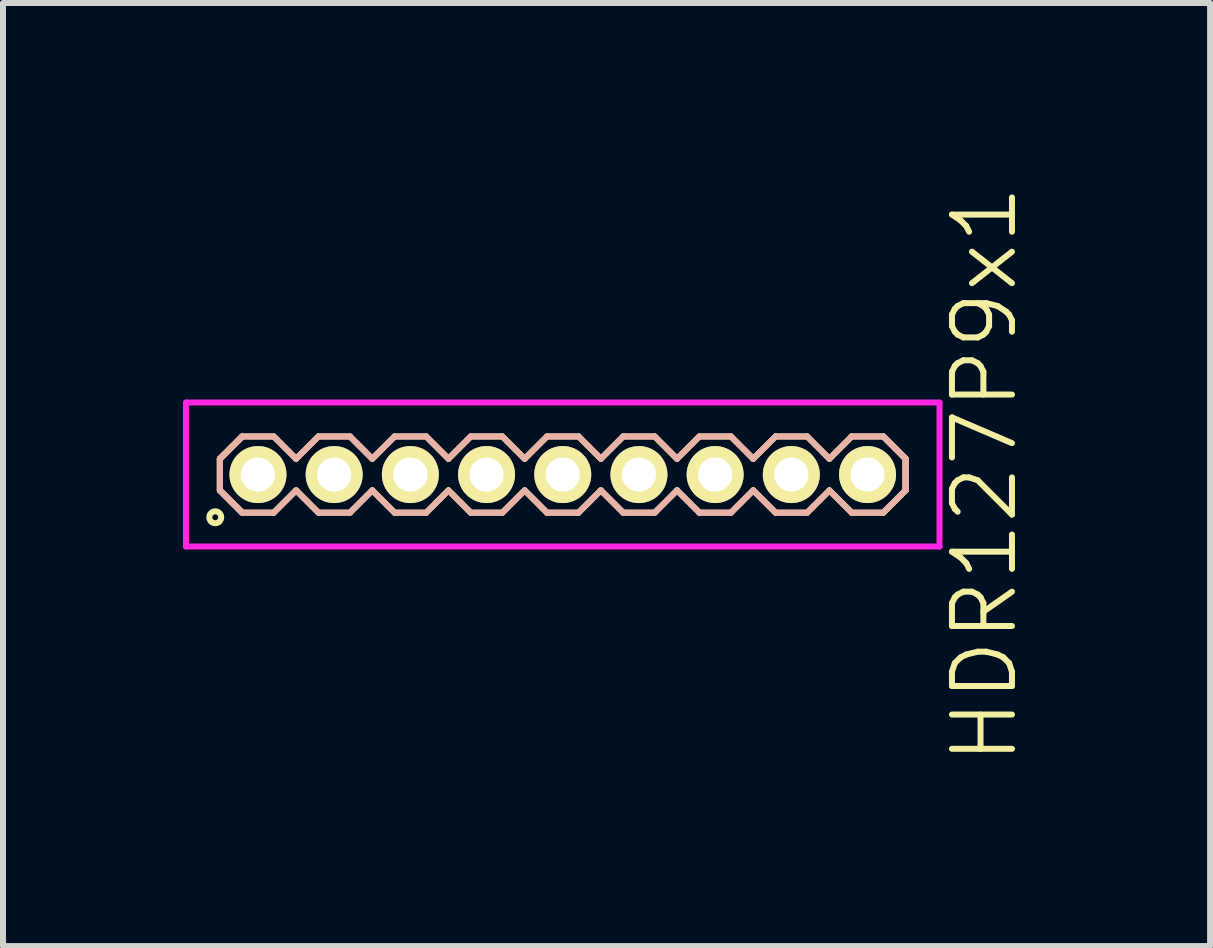
<source format=kicad_pcb>
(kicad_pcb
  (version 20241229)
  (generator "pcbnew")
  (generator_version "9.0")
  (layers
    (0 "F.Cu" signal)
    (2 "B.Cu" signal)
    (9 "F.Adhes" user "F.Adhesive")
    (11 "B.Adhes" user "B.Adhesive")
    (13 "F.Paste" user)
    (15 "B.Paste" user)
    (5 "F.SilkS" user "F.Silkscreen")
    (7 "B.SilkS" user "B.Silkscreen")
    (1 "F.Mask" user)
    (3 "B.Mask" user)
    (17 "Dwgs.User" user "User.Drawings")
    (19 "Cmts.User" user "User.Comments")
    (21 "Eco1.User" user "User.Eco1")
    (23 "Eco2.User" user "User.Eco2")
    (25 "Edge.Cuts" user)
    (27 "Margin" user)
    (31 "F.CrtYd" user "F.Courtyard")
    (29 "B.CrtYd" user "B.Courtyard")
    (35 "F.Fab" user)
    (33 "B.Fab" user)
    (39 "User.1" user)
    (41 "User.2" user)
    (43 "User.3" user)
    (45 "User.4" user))
  (footprint "HDR127P9x1"
    (layer "F.Cu")
    (at 6.33 4.86)
    (property "Reference" "HDR127P9x1" (at 7.03 0 90) (layer "F.SilkS") (effects (font (size 1 1) (thickness 0.1))))
    (attr through_hole)
    (fp_line (start -5.715 -0.263) (end -5.343 -0.635) (stroke (width 0.1) (type solid)) (layer "F.SilkS"))
    (fp_line (start -5.715 -0.263) (end -5.343 -0.635) (stroke (width 0.1) (type solid)) (layer "F.SilkS"))
    (fp_line (start -5.715 0.263) (end -5.715 -0.263) (stroke (width 0.1) (type solid)) (layer "F.SilkS"))
    (fp_line (start -5.715 0.263) (end -5.715 -0.263) (stroke (width 0.1) (type solid)) (layer "F.SilkS"))
    (fp_line (start -5.343 -0.635) (end -4.817 -0.635) (stroke (width 0.1) (type solid)) (layer "F.SilkS"))
    (fp_line (start -5.343 0.635) (end -5.715 0.263) (stroke (width 0.1) (type solid)) (layer "F.SilkS"))
    (fp_line (start -5.343 0.635) (end -5.715 0.263) (stroke (width 0.1) (type solid)) (layer "F.SilkS"))
    (fp_line (start -4.817 -0.635) (end -4.445 -0.263) (stroke (width 0.1) (type solid)) (layer "F.SilkS"))
    (fp_line (start -4.817 0.635) (end -5.343 0.635) (stroke (width 0.1) (type solid)) (layer "F.SilkS"))
    (fp_line (start -4.445 -0.263) (end -4.073 -0.635) (stroke (width 0.1) (type solid)) (layer "F.SilkS"))
    (fp_line (start -4.445 0.263) (end -4.817 0.635) (stroke (width 0.1) (type solid)) (layer "F.SilkS"))
    (fp_line (start -4.073 -0.635) (end -3.547 -0.635) (stroke (width 0.1) (type solid)) (layer "F.SilkS"))
    (fp_line (start -4.073 0.635) (end -4.445 0.263) (stroke (width 0.1) (type solid)) (layer "F.SilkS"))
    (fp_line (start -3.547 -0.635) (end -3.175 -0.263) (stroke (width 0.1) (type solid)) (layer "F.SilkS"))
    (fp_line (start -3.547 0.635) (end -4.073 0.635) (stroke (width 0.1) (type solid)) (layer "F.SilkS"))
    (fp_line (start -3.175 -0.263) (end -2.803 -0.635) (stroke (width 0.1) (type solid)) (layer "F.SilkS"))
    (fp_line (start -3.175 0.263) (end -3.547 0.635) (stroke (width 0.1) (type solid)) (layer "F.SilkS"))
    (fp_line (start -2.803 -0.635) (end -2.277 -0.635) (stroke (width 0.1) (type solid)) (layer "F.SilkS"))
    (fp_line (start -2.803 0.635) (end -3.175 0.263) (stroke (width 0.1) (type solid)) (layer "F.SilkS"))
    (fp_line (start -2.277 -0.635) (end -1.905 -0.263) (stroke (width 0.1) (type solid)) (layer "F.SilkS"))
    (fp_line (start -2.277 0.635) (end -2.803 0.635) (stroke (width 0.1) (type solid)) (layer "F.SilkS"))
    (fp_line (start -1.905 -0.263) (end -1.533 -0.635) (stroke (width 0.1) (type solid)) (layer "F.SilkS"))
    (fp_line (start -1.905 0.263) (end -2.277 0.635) (stroke (width 0.1) (type solid)) (layer "F.SilkS"))
    (fp_line (start -1.533 -0.635) (end -1.007 -0.635) (stroke (width 0.1) (type solid)) (layer "F.SilkS"))
    (fp_line (start -1.533 0.635) (end -1.905 0.263) (stroke (width 0.1) (type solid)) (layer "F.SilkS"))
    (fp_line (start -1.007 -0.635) (end -0.635 -0.263) (stroke (width 0.1) (type solid)) (layer "F.SilkS"))
    (fp_line (start -1.007 0.635) (end -1.533 0.635) (stroke (width 0.1) (type solid)) (layer "F.SilkS"))
    (fp_line (start -0.635 -0.263) (end -0.263 -0.635) (stroke (width 0.1) (type solid)) (layer "F.SilkS"))
    (fp_line (start -0.635 0.263) (end -1.007 0.635) (stroke (width 0.1) (type solid)) (layer "F.SilkS"))
    (fp_line (start -0.263 -0.635) (end 0.263 -0.635) (stroke (width 0.1) (type solid)) (layer "F.SilkS"))
    (fp_line (start -0.263 0.635) (end -0.635 0.263) (stroke (width 0.1) (type solid)) (layer "F.SilkS"))
    (fp_line (start 0.263 -0.635) (end 0.635 -0.263) (stroke (width 0.1) (type solid)) (layer "F.SilkS"))
    (fp_line (start 0.263 0.635) (end -0.263 0.635) (stroke (width 0.1) (type solid)) (layer "F.SilkS"))
    (fp_line (start 0.635 -0.263) (end 1.007 -0.635) (stroke (width 0.1) (type solid)) (layer "F.SilkS"))
    (fp_line (start 0.635 0.263) (end 0.263 0.635) (stroke (width 0.1) (type solid)) (layer "F.SilkS"))
    (fp_line (start 1.007 -0.635) (end 1.533 -0.635) (stroke (width 0.1) (type solid)) (layer "F.SilkS"))
    (fp_line (start 1.007 0.635) (end 0.635 0.263) (stroke (width 0.1) (type solid)) (layer "F.SilkS"))
    (fp_line (start 1.533 -0.635) (end 1.905 -0.263) (stroke (width 0.1) (type solid)) (layer "F.SilkS"))
    (fp_line (start 1.533 0.635) (end 1.007 0.635) (stroke (width 0.1) (type solid)) (layer "F.SilkS"))
    (fp_line (start 1.905 -0.263) (end 2.277 -0.635) (stroke (width 0.1) (type solid)) (layer "F.SilkS"))
    (fp_line (start 1.905 0.263) (end 1.533 0.635) (stroke (width 0.1) (type solid)) (layer "F.SilkS"))
    (fp_line (start 2.277 -0.635) (end 2.803 -0.635) (stroke (width 0.1) (type solid)) (layer "F.SilkS"))
    (fp_line (start 2.277 0.635) (end 1.905 0.263) (stroke (width 0.1) (type solid)) (layer "F.SilkS"))
    (fp_line (start 2.803 -0.635) (end 3.175 -0.263) (stroke (width 0.1) (type solid)) (layer "F.SilkS"))
    (fp_line (start 2.803 0.635) (end 2.277 0.635) (stroke (width 0.1) (type solid)) (layer "F.SilkS"))
    (fp_line (start 3.175 -0.263) (end 3.547 -0.635) (stroke (width 0.1) (type solid)) (layer "F.SilkS"))
    (fp_line (start 3.175 0.263) (end 2.803 0.635) (stroke (width 0.1) (type solid)) (layer "F.SilkS"))
    (fp_line (start 3.547 -0.635) (end 4.073 -0.635) (stroke (width 0.1) (type solid)) (layer "F.SilkS"))
    (fp_line (start 3.547 0.635) (end 3.175 0.263) (stroke (width 0.1) (type solid)) (layer "F.SilkS"))
    (fp_line (start 4.073 -0.635) (end 4.445 -0.263) (stroke (width 0.1) (type solid)) (layer "F.SilkS"))
    (fp_line (start 4.073 0.635) (end 3.547 0.635) (stroke (width 0.1) (type solid)) (layer "F.SilkS"))
    (fp_line (start 4.445 -0.263) (end 4.817 -0.635) (stroke (width 0.1) (type solid)) (layer "F.SilkS"))
    (fp_line (start 4.445 0.263) (end 4.073 0.635) (stroke (width 0.1) (type solid)) (layer "F.SilkS"))
    (fp_line (start 4.817 -0.635) (end 5.343 -0.635) (stroke (width 0.1) (type solid)) (layer "F.SilkS"))
    (fp_line (start 4.817 0.635) (end 4.445 0.263) (stroke (width 0.1) (type solid)) (layer "F.SilkS"))
    (fp_line (start 5.343 -0.635) (end 5.715 -0.263) (stroke (width 0.1) (type solid)) (layer "F.SilkS"))
    (fp_line (start 5.343 -0.635) (end 5.715 -0.263) (stroke (width 0.1) (type solid)) (layer "F.SilkS"))
    (fp_line (start 5.343 0.635) (end 4.817 0.635) (stroke (width 0.1) (type solid)) (layer "F.SilkS"))
    (fp_line (start 5.715 -0.263) (end 5.715 0.263) (stroke (width 0.1) (type solid)) (layer "F.SilkS"))
    (fp_line (start 5.715 -0.263) (end 5.715 0.263) (stroke (width 0.1) (type solid)) (layer "F.SilkS"))
    (fp_line (start 5.715 0.263) (end 5.343 0.635) (stroke (width 0.1) (type solid)) (layer "F.SilkS"))
    (fp_line (start 5.715 0.263) (end 5.343 0.635) (stroke (width 0.1) (type solid)) (layer "F.SilkS"))
    (fp_circle (center -5.792 0.712) (end -5.693 0.712) (stroke (width 0.1) (type solid)) (fill no) (layer "F.SilkS"))
    (fp_line (start -5.715 -0.263) (end -5.343 -0.635) (stroke (width 0.1) (type solid)) (layer "B.SilkS"))
    (fp_line (start -5.715 -0.263) (end -5.343 -0.635) (stroke (width 0.1) (type solid)) (layer "B.SilkS"))
    (fp_line (start -5.715 0.263) (end -5.715 -0.263) (stroke (width 0.1) (type solid)) (layer "B.SilkS"))
    (fp_line (start -5.715 0.263) (end -5.715 -0.263) (stroke (width 0.1) (type solid)) (layer "B.SilkS"))
    (fp_line (start -5.343 -0.635) (end -4.817 -0.635) (stroke (width 0.1) (type solid)) (layer "B.SilkS"))
    (fp_line (start -5.343 0.635) (end -5.715 0.263) (stroke (width 0.1) (type solid)) (layer "B.SilkS"))
    (fp_line (start -5.343 0.635) (end -5.715 0.263) (stroke (width 0.1) (type solid)) (layer "B.SilkS"))
    (fp_line (start -4.817 -0.635) (end -4.445 -0.263) (stroke (width 0.1) (type solid)) (layer "B.SilkS"))
    (fp_line (start -4.817 0.635) (end -5.343 0.635) (stroke (width 0.1) (type solid)) (layer "B.SilkS"))
    (fp_line (start -4.445 -0.263) (end -4.073 -0.635) (stroke (width 0.1) (type solid)) (layer "B.SilkS"))
    (fp_line (start -4.445 0.263) (end -4.817 0.635) (stroke (width 0.1) (type solid)) (layer "B.SilkS"))
    (fp_line (start -4.073 -0.635) (end -3.547 -0.635) (stroke (width 0.1) (type solid)) (layer "B.SilkS"))
    (fp_line (start -4.073 0.635) (end -4.445 0.263) (stroke (width 0.1) (type solid)) (layer "B.SilkS"))
    (fp_line (start -3.547 -0.635) (end -3.175 -0.263) (stroke (width 0.1) (type solid)) (layer "B.SilkS"))
    (fp_line (start -3.547 0.635) (end -4.073 0.635) (stroke (width 0.1) (type solid)) (layer "B.SilkS"))
    (fp_line (start -3.175 -0.263) (end -2.803 -0.635) (stroke (width 0.1) (type solid)) (layer "B.SilkS"))
    (fp_line (start -3.175 0.263) (end -3.547 0.635) (stroke (width 0.1) (type solid)) (layer "B.SilkS"))
    (fp_line (start -2.803 -0.635) (end -2.277 -0.635) (stroke (width 0.1) (type solid)) (layer "B.SilkS"))
    (fp_line (start -2.803 0.635) (end -3.175 0.263) (stroke (width 0.1) (type solid)) (layer "B.SilkS"))
    (fp_line (start -2.277 -0.635) (end -1.905 -0.263) (stroke (width 0.1) (type solid)) (layer "B.SilkS"))
    (fp_line (start -2.277 0.635) (end -2.803 0.635) (stroke (width 0.1) (type solid)) (layer "B.SilkS"))
    (fp_line (start -1.905 -0.263) (end -1.533 -0.635) (stroke (width 0.1) (type solid)) (layer "B.SilkS"))
    (fp_line (start -1.905 0.263) (end -2.277 0.635) (stroke (width 0.1) (type solid)) (layer "B.SilkS"))
    (fp_line (start -1.533 -0.635) (end -1.007 -0.635) (stroke (width 0.1) (type solid)) (layer "B.SilkS"))
    (fp_line (start -1.533 0.635) (end -1.905 0.263) (stroke (width 0.1) (type solid)) (layer "B.SilkS"))
    (fp_line (start -1.007 -0.635) (end -0.635 -0.263) (stroke (width 0.1) (type solid)) (layer "B.SilkS"))
    (fp_line (start -1.007 0.635) (end -1.533 0.635) (stroke (width 0.1) (type solid)) (layer "B.SilkS"))
    (fp_line (start -0.635 -0.263) (end -0.263 -0.635) (stroke (width 0.1) (type solid)) (layer "B.SilkS"))
    (fp_line (start -0.635 0.263) (end -1.007 0.635) (stroke (width 0.1) (type solid)) (layer "B.SilkS"))
    (fp_line (start -0.263 -0.635) (end 0.263 -0.635) (stroke (width 0.1) (type solid)) (layer "B.SilkS"))
    (fp_line (start -0.263 0.635) (end -0.635 0.263) (stroke (width 0.1) (type solid)) (layer "B.SilkS"))
    (fp_line (start 0.263 -0.635) (end 0.635 -0.263) (stroke (width 0.1) (type solid)) (layer "B.SilkS"))
    (fp_line (start 0.263 0.635) (end -0.263 0.635) (stroke (width 0.1) (type solid)) (layer "B.SilkS"))
    (fp_line (start 0.635 -0.263) (end 1.007 -0.635) (stroke (width 0.1) (type solid)) (layer "B.SilkS"))
    (fp_line (start 0.635 0.263) (end 0.263 0.635) (stroke (width 0.1) (type solid)) (layer "B.SilkS"))
    (fp_line (start 1.007 -0.635) (end 1.533 -0.635) (stroke (width 0.1) (type solid)) (layer "B.SilkS"))
    (fp_line (start 1.007 0.635) (end 0.635 0.263) (stroke (width 0.1) (type solid)) (layer "B.SilkS"))
    (fp_line (start 1.533 -0.635) (end 1.905 -0.263) (stroke (width 0.1) (type solid)) (layer "B.SilkS"))
    (fp_line (start 1.533 0.635) (end 1.007 0.635) (stroke (width 0.1) (type solid)) (layer "B.SilkS"))
    (fp_line (start 1.905 -0.263) (end 2.277 -0.635) (stroke (width 0.1) (type solid)) (layer "B.SilkS"))
    (fp_line (start 1.905 0.263) (end 1.533 0.635) (stroke (width 0.1) (type solid)) (layer "B.SilkS"))
    (fp_line (start 2.277 -0.635) (end 2.803 -0.635) (stroke (width 0.1) (type solid)) (layer "B.SilkS"))
    (fp_line (start 2.277 0.635) (end 1.905 0.263) (stroke (width 0.1) (type solid)) (layer "B.SilkS"))
    (fp_line (start 2.803 -0.635) (end 3.175 -0.263) (stroke (width 0.1) (type solid)) (layer "B.SilkS"))
    (fp_line (start 2.803 0.635) (end 2.277 0.635) (stroke (width 0.1) (type solid)) (layer "B.SilkS"))
    (fp_line (start 3.175 -0.263) (end 3.547 -0.635) (stroke (width 0.1) (type solid)) (layer "B.SilkS"))
    (fp_line (start 3.175 0.263) (end 2.803 0.635) (stroke (width 0.1) (type solid)) (layer "B.SilkS"))
    (fp_line (start 3.547 -0.635) (end 4.073 -0.635) (stroke (width 0.1) (type solid)) (layer "B.SilkS"))
    (fp_line (start 3.547 0.635) (end 3.175 0.263) (stroke (width 0.1) (type solid)) (layer "B.SilkS"))
    (fp_line (start 4.073 -0.635) (end 4.445 -0.263) (stroke (width 0.1) (type solid)) (layer "B.SilkS"))
    (fp_line (start 4.073 0.635) (end 3.547 0.635) (stroke (width 0.1) (type solid)) (layer "B.SilkS"))
    (fp_line (start 4.445 -0.263) (end 4.817 -0.635) (stroke (width 0.1) (type solid)) (layer "B.SilkS"))
    (fp_line (start 4.445 0.263) (end 4.073 0.635) (stroke (width 0.1) (type solid)) (layer "B.SilkS"))
    (fp_line (start 4.817 -0.635) (end 5.343 -0.635) (stroke (width 0.1) (type solid)) (layer "B.SilkS"))
    (fp_line (start 4.817 0.635) (end 4.445 0.263) (stroke (width 0.1) (type solid)) (layer "B.SilkS"))
    (fp_line (start 5.343 -0.635) (end 5.715 -0.263) (stroke (width 0.1) (type solid)) (layer "B.SilkS"))
    (fp_line (start 5.343 -0.635) (end 5.715 -0.263) (stroke (width 0.1) (type solid)) (layer "B.SilkS"))
    (fp_line (start 5.343 0.635) (end 4.817 0.635) (stroke (width 0.1) (type solid)) (layer "B.SilkS"))
    (fp_line (start 5.715 -0.263) (end 5.715 0.263) (stroke (width 0.1) (type solid)) (layer "B.SilkS"))
    (fp_line (start 5.715 -0.263) (end 5.715 0.263) (stroke (width 0.1) (type solid)) (layer "B.SilkS"))
    (fp_line (start 5.715 0.263) (end 5.343 0.635) (stroke (width 0.1) (type solid)) (layer "B.SilkS"))
    (fp_line (start 5.715 0.263) (end 5.343 0.635) (stroke (width 0.1) (type solid)) (layer "B.SilkS"))
    (fp_line (start -6.28 -1.2) (end -6.28 1.2) (stroke (width 0.1) (type solid)) (layer "F.CrtYd"))
    (fp_line (start -6.28 1.2) (end 6.28 1.2) (stroke (width 0.1) (type solid)) (layer "F.CrtYd"))
    (fp_line (start 6.28 -1.2) (end -6.28 -1.2) (stroke (width 0.1) (type solid)) (layer "F.CrtYd"))
    (fp_line (start 6.28 1.2) (end 6.28 -1.2) (stroke (width 0.1) (type solid)) (layer "F.CrtYd"))
    (pad "1" thru_hole oval (at -5.08 0) (size 0.95 0.95) (drill 0.57) (layers "*.Cu" "*.Mask" "F.SilkS"))
    (pad "2" thru_hole oval (at -3.81 0) (size 0.95 0.95) (drill 0.57) (layers "*.Cu" "*.Mask" "F.SilkS"))
    (pad "3" thru_hole oval (at -2.54 0) (size 0.95 0.95) (drill 0.57) (layers "*.Cu" "*.Mask" "F.SilkS"))
    (pad "4" thru_hole oval (at -1.27 0) (size 0.95 0.95) (drill 0.57) (layers "*.Cu" "*.Mask" "F.SilkS"))
    (pad "5" thru_hole oval (at 0 0) (size 0.95 0.95) (drill 0.57) (layers "*.Cu" "*.Mask" "F.SilkS"))
    (pad "6" thru_hole oval (at 1.27 0) (size 0.95 0.95) (drill 0.57) (layers "*.Cu" "*.Mask" "F.SilkS"))
    (pad "7" thru_hole oval (at 2.54 0) (size 0.95 0.95) (drill 0.57) (layers "*.Cu" "*.Mask" "F.SilkS"))
    (pad "8" thru_hole oval (at 3.81 0) (size 0.95 0.95) (drill 0.57) (layers "*.Cu" "*.Mask" "F.SilkS"))
    (pad "9" thru_hole oval (at 5.08 0) (size 0.95 0.95) (drill 0.57) (layers "*.Cu" "*.Mask" "F.SilkS")))
  (gr_rect
    (start -3 -3)
    (end 17.12 12.719)
    (stroke (width 0.1) (type default))
    (fill no)
    (layer "Edge.Cuts")))
</source>
